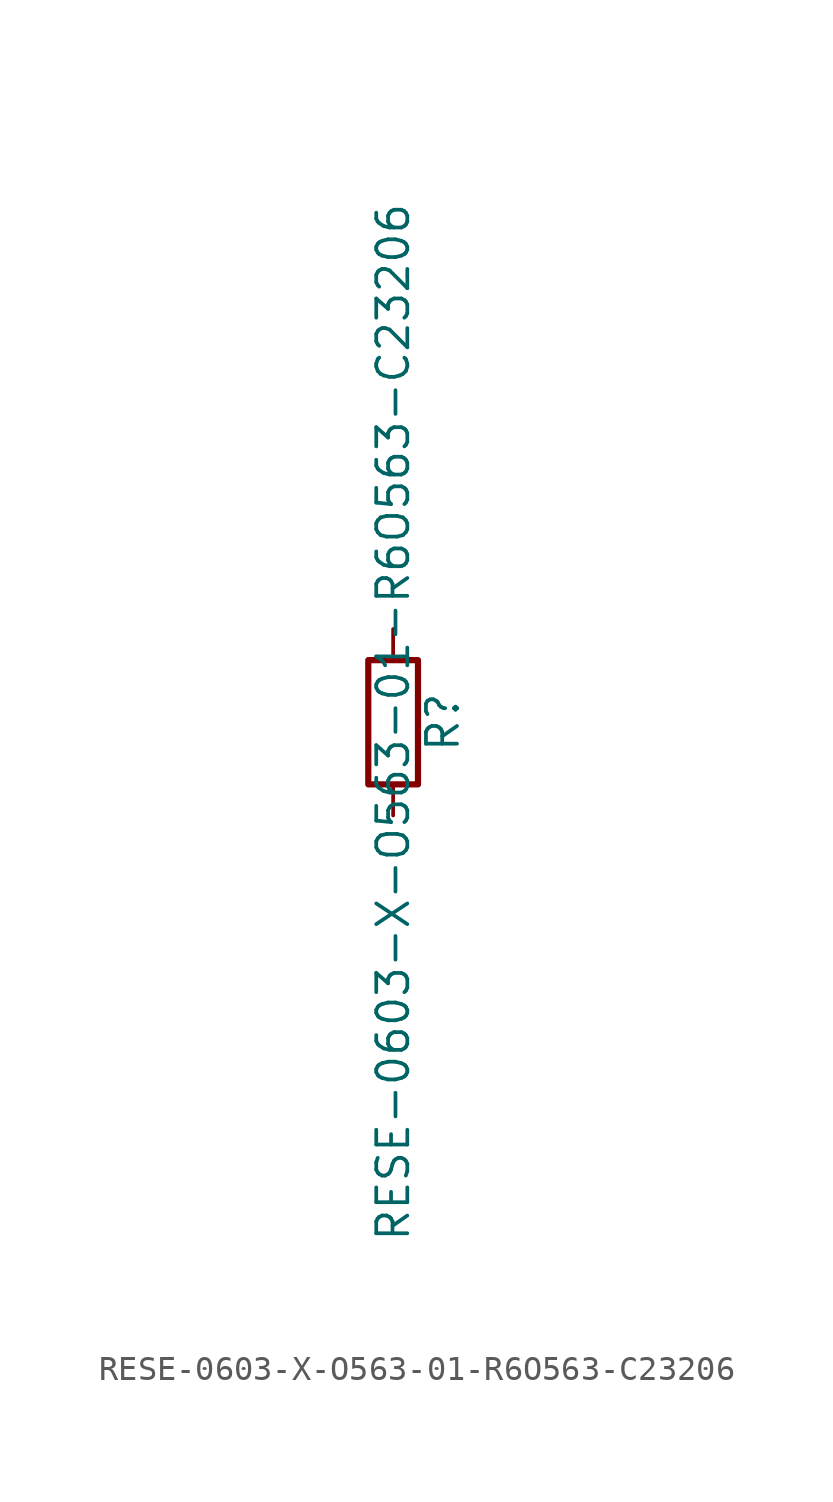
<source format=kicad_sym>
(kicad_symbol_lib
  (version 20211014)
  (generator kicad_symbol_editor)
  (symbol "RESE-0603-X-O563-01-R6O563-C23206"
    (pin_numbers hide)
    (pin_names
      (offset 0))
    (property "Reference" "R"
      (at 2.032 0 90)
      (effects (font (size 1.27 1.27))))
    (property "Value" "RESE-0603-X-O563-01-R6O563-C23206"
      (at 0 0 90)
      (effects (font (size 1.27 1.27))))
    (symbol "RESE-0603-X-O563-01-R6O563-C23206_0_1"
      (rectangle (start -1.016 -2.54) (end 1.016 2.54) (stroke (width 0.254) (type default) (color 0 0 0 0)) (fill (type none))))
    (symbol "RESE-0603-X-O563-01-R6O563-C23206_1_1"
      (pin passive line (at 0 3.81 270) (length 1.27) (name "~" (effects (font (size 1.27 1.27)))) (number "1" (effects (font (size 1.27 1.27)))))
      (pin passive line (at 0 -3.81 90) (length 1.27) (name "~" (effects (font (size 1.27 1.27)))) (number "2" (effects (font (size 1.27 1.27))))))))
</source>
